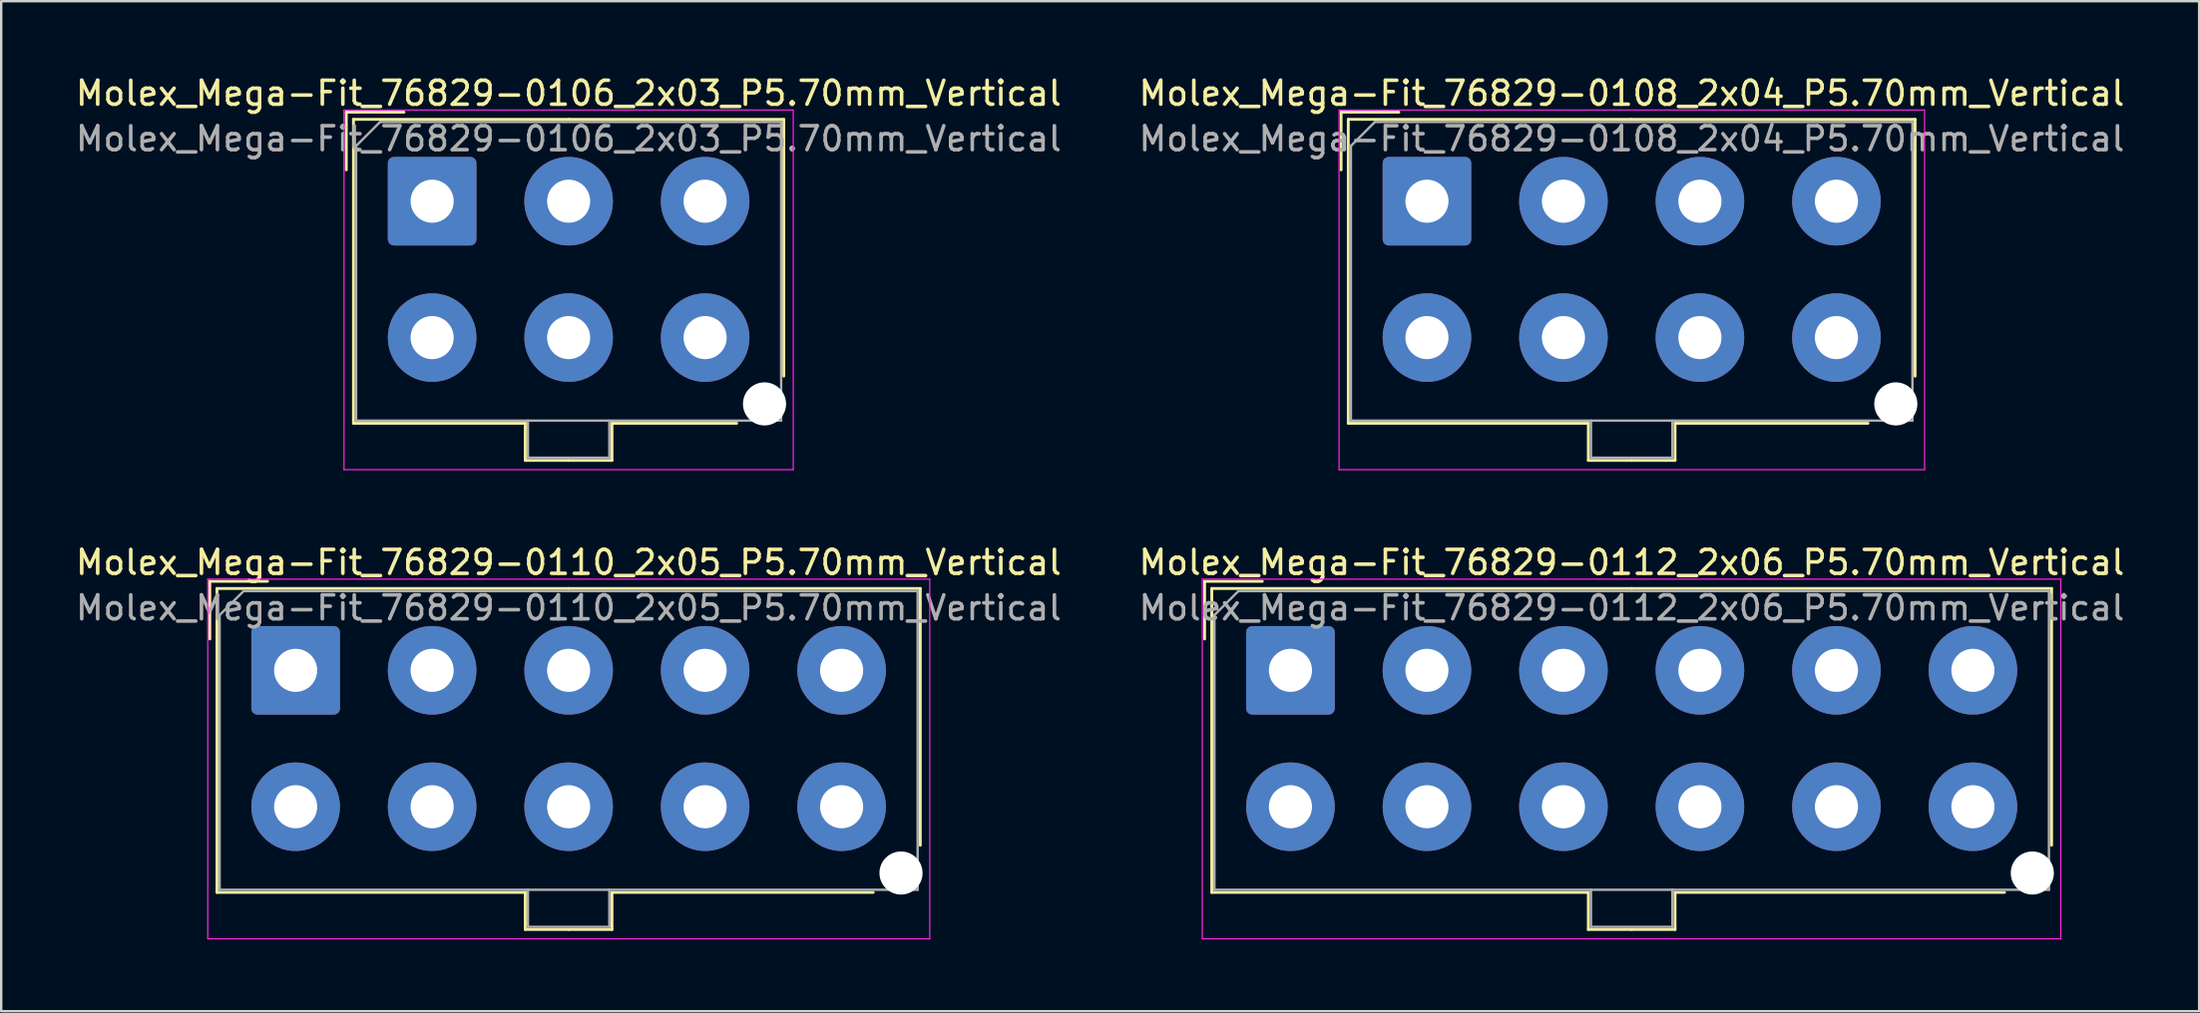
<source format=kicad_pcb>
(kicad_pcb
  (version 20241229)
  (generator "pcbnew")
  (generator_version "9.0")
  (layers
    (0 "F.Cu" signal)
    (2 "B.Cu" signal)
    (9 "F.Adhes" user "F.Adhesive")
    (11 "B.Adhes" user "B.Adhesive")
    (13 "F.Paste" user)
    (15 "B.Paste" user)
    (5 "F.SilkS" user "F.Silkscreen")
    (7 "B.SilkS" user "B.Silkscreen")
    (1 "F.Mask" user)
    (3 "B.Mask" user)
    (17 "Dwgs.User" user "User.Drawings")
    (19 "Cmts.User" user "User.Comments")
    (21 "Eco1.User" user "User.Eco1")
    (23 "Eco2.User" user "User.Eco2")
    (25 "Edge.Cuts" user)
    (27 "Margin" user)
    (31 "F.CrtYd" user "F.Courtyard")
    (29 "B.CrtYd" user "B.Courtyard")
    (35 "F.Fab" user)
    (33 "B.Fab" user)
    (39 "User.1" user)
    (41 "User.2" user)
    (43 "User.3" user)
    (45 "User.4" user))
  (footprint "Molex_Mega-Fit_76829-0106_2x03_P5.70mm_Vertical"
    (layer "F.Cu")
    (at 14.996 5.358)
    (property "Reference" "Molex_Mega-Fit_76829-0106_2x03_P5.70mm_Vertical" (at 5.7 -4.51 0) (layer "F.SilkS") (effects (font (size 1 1) (thickness 0.15))))
    (attr through_hole)
    (fp_line (start -3.585 -3.72) (end -1.175 -3.72) (stroke (width 0.12) (type solid)) (layer "F.SilkS"))
    (fp_line (start -3.585 -1.31) (end -3.585 -3.72) (stroke (width 0.12) (type solid)) (layer "F.SilkS"))
    (fp_line (start -3.285 -3.42) (end -3.285 9.28) (stroke (width 0.12) (type solid)) (layer "F.SilkS"))
    (fp_line (start -3.285 9.28) (end 3.89 9.28) (stroke (width 0.12) (type solid)) (layer "F.SilkS"))
    (fp_line (start 3.89 9.28) (end 3.89 10.83) (stroke (width 0.12) (type solid)) (layer "F.SilkS"))
    (fp_line (start 3.89 10.83) (end 5.7 10.83) (stroke (width 0.12) (type solid)) (layer "F.SilkS"))
    (fp_line (start 5.7 -3.42) (end -3.285 -3.42) (stroke (width 0.12) (type solid)) (layer "F.SilkS"))
    (fp_line (start 5.7 -3.42) (end 14.685 -3.42) (stroke (width 0.12) (type solid)) (layer "F.SilkS"))
    (fp_line (start 7.51 9.28) (end 7.51 10.83) (stroke (width 0.12) (type solid)) (layer "F.SilkS"))
    (fp_line (start 7.51 10.83) (end 5.7 10.83) (stroke (width 0.12) (type solid)) (layer "F.SilkS"))
    (fp_line (start 12.72 9.28) (end 7.51 9.28) (stroke (width 0.12) (type solid)) (layer "F.SilkS"))
    (fp_line (start 14.685 -3.42) (end 14.685 7.31) (stroke (width 0.12) (type solid)) (layer "F.SilkS"))
    (fp_line (start -3.68 -3.81) (end -3.68 11.22) (stroke (width 0.05) (type solid)) (layer "F.CrtYd"))
    (fp_line (start -3.68 11.22) (end 15.08 11.22) (stroke (width 0.05) (type solid)) (layer "F.CrtYd"))
    (fp_line (start 15.08 -3.81) (end -3.68 -3.81) (stroke (width 0.05) (type solid)) (layer "F.CrtYd"))
    (fp_line (start 15.08 11.22) (end 15.08 -3.81) (stroke (width 0.05) (type solid)) (layer "F.CrtYd"))
    (fp_line (start -3.175 -2.31) (end -3.175 9.17) (stroke (width 0.1) (type solid)) (layer "F.Fab"))
    (fp_line (start -3.175 9.17) (end 14.575 9.17) (stroke (width 0.1) (type solid)) (layer "F.Fab"))
    (fp_line (start -2.175 -3.31) (end -3.175 -2.31) (stroke (width 0.1) (type solid)) (layer "F.Fab"))
    (fp_line (start 4 9.17) (end 4 10.72) (stroke (width 0.1) (type solid)) (layer "F.Fab"))
    (fp_line (start 4 10.72) (end 7.4 10.72) (stroke (width 0.1) (type solid)) (layer "F.Fab"))
    (fp_line (start 7.4 10.72) (end 7.4 9.17) (stroke (width 0.1) (type solid)) (layer "F.Fab"))
    (fp_line (start 14.575 -3.31) (end -2.175 -3.31) (stroke (width 0.1) (type solid)) (layer "F.Fab"))
    (fp_line (start 14.575 9.17) (end 14.575 -3.31) (stroke (width 0.1) (type solid)) (layer "F.Fab"))
    (fp_text user "${REFERENCE}" (at 5.7 -2.61 0) (layer "F.Fab") (effects (font (size 1 1) (thickness 0.15))))
    (pad "" np_thru_hole circle (at 13.88 8.47) (size 1.8 1.8) (drill 1.8) (layers "*.Cu" "*.Mask"))
    (pad "1" thru_hole roundrect (at 0 0) (size 3.7 3.7) (drill 1.8) (layers "*.Cu" "*.Mask") (roundrect_rratio 0.068))
    (pad "2" thru_hole circle (at 5.7 0) (size 3.7 3.7) (drill 1.8) (layers "*.Cu" "*.Mask"))
    (pad "3" thru_hole circle (at 11.4 0) (size 3.7 3.7) (drill 1.8) (layers "*.Cu" "*.Mask"))
    (pad "4" thru_hole circle (at 0 5.7) (size 3.7 3.7) (drill 1.8) (layers "*.Cu" "*.Mask"))
    (pad "5" thru_hole circle (at 5.7 5.7) (size 3.7 3.7) (drill 1.8) (layers "*.Cu" "*.Mask"))
    (pad "6" thru_hole circle (at 11.4 5.7) (size 3.7 3.7) (drill 1.8) (layers "*.Cu" "*.Mask")))
  (footprint "Molex_Mega-Fit_76829-0108_2x04_P5.70mm_Vertical"
    (layer "F.Cu")
    (at 56.539 5.358)
    (property "Reference" "Molex_Mega-Fit_76829-0108_2x04_P5.70mm_Vertical" (at 8.55 -4.51 0) (layer "F.SilkS") (effects (font (size 1 1) (thickness 0.15))))
    (attr through_hole)
    (fp_line (start -3.585 -3.72) (end -1.175 -3.72) (stroke (width 0.12) (type solid)) (layer "F.SilkS"))
    (fp_line (start -3.585 -1.31) (end -3.585 -3.72) (stroke (width 0.12) (type solid)) (layer "F.SilkS"))
    (fp_line (start -3.285 -3.42) (end -3.285 9.28) (stroke (width 0.12) (type solid)) (layer "F.SilkS"))
    (fp_line (start -3.285 9.28) (end 6.74 9.28) (stroke (width 0.12) (type solid)) (layer "F.SilkS"))
    (fp_line (start 6.74 9.28) (end 6.74 10.83) (stroke (width 0.12) (type solid)) (layer "F.SilkS"))
    (fp_line (start 6.74 10.83) (end 8.55 10.83) (stroke (width 0.12) (type solid)) (layer "F.SilkS"))
    (fp_line (start 8.55 -3.42) (end -3.285 -3.42) (stroke (width 0.12) (type solid)) (layer "F.SilkS"))
    (fp_line (start 8.55 -3.42) (end 20.385 -3.42) (stroke (width 0.12) (type solid)) (layer "F.SilkS"))
    (fp_line (start 10.36 9.28) (end 10.36 10.83) (stroke (width 0.12) (type solid)) (layer "F.SilkS"))
    (fp_line (start 10.36 10.83) (end 8.55 10.83) (stroke (width 0.12) (type solid)) (layer "F.SilkS"))
    (fp_line (start 18.42 9.28) (end 10.36 9.28) (stroke (width 0.12) (type solid)) (layer "F.SilkS"))
    (fp_line (start 20.385 -3.42) (end 20.385 7.31) (stroke (width 0.12) (type solid)) (layer "F.SilkS"))
    (fp_line (start -3.67 -3.81) (end -3.67 11.22) (stroke (width 0.05) (type solid)) (layer "F.CrtYd"))
    (fp_line (start -3.67 11.22) (end 20.78 11.22) (stroke (width 0.05) (type solid)) (layer "F.CrtYd"))
    (fp_line (start 20.78 -3.81) (end -3.67 -3.81) (stroke (width 0.05) (type solid)) (layer "F.CrtYd"))
    (fp_line (start 20.78 11.22) (end 20.78 -3.81) (stroke (width 0.05) (type solid)) (layer "F.CrtYd"))
    (fp_line (start -3.175 -2.31) (end -3.175 9.17) (stroke (width 0.1) (type solid)) (layer "F.Fab"))
    (fp_line (start -3.175 9.17) (end 20.275 9.17) (stroke (width 0.1) (type solid)) (layer "F.Fab"))
    (fp_line (start -2.175 -3.31) (end -3.175 -2.31) (stroke (width 0.1) (type solid)) (layer "F.Fab"))
    (fp_line (start 6.85 9.17) (end 6.85 10.72) (stroke (width 0.1) (type solid)) (layer "F.Fab"))
    (fp_line (start 6.85 10.72) (end 10.25 10.72) (stroke (width 0.1) (type solid)) (layer "F.Fab"))
    (fp_line (start 10.25 10.72) (end 10.25 9.17) (stroke (width 0.1) (type solid)) (layer "F.Fab"))
    (fp_line (start 20.275 -3.31) (end -2.175 -3.31) (stroke (width 0.1) (type solid)) (layer "F.Fab"))
    (fp_line (start 20.275 9.17) (end 20.275 -3.31) (stroke (width 0.1) (type solid)) (layer "F.Fab"))
    (fp_text user "${REFERENCE}" (at 8.55 -2.61 0) (layer "F.Fab") (effects (font (size 1 1) (thickness 0.15))))
    (pad "" np_thru_hole circle (at 19.58 8.47) (size 1.8 1.8) (drill 1.8) (layers "*.Cu" "*.Mask"))
    (pad "1" thru_hole roundrect (at 0 0) (size 3.7 3.7) (drill 1.8) (layers "*.Cu" "*.Mask") (roundrect_rratio 0.068))
    (pad "2" thru_hole circle (at 5.7 0) (size 3.7 3.7) (drill 1.8) (layers "*.Cu" "*.Mask"))
    (pad "3" thru_hole circle (at 11.4 0) (size 3.7 3.7) (drill 1.8) (layers "*.Cu" "*.Mask"))
    (pad "4" thru_hole circle (at 17.1 0) (size 3.7 3.7) (drill 1.8) (layers "*.Cu" "*.Mask"))
    (pad "5" thru_hole circle (at 0 5.7) (size 3.7 3.7) (drill 1.8) (layers "*.Cu" "*.Mask"))
    (pad "6" thru_hole circle (at 5.7 5.7) (size 3.7 3.7) (drill 1.8) (layers "*.Cu" "*.Mask"))
    (pad "7" thru_hole circle (at 11.4 5.7) (size 3.7 3.7) (drill 1.8) (layers "*.Cu" "*.Mask"))
    (pad "8" thru_hole circle (at 17.1 5.7) (size 3.7 3.7) (drill 1.8) (layers "*.Cu" "*.Mask")))
  (footprint "Molex_Mega-Fit_76829-0110_2x05_P5.70mm_Vertical"
    (layer "F.Cu")
    (at 9.296 24.962)
    (property "Reference" "Molex_Mega-Fit_76829-0110_2x05_P5.70mm_Vertical" (at 11.4 -4.51 0) (layer "F.SilkS") (effects (font (size 1 1) (thickness 0.15))))
    (attr through_hole)
    (fp_line (start -3.585 -3.72) (end -1.175 -3.72) (stroke (width 0.12) (type solid)) (layer "F.SilkS"))
    (fp_line (start -3.585 -1.31) (end -3.585 -3.72) (stroke (width 0.12) (type solid)) (layer "F.SilkS"))
    (fp_line (start -3.285 -3.42) (end -3.285 9.28) (stroke (width 0.12) (type solid)) (layer "F.SilkS"))
    (fp_line (start -3.285 9.28) (end 9.59 9.28) (stroke (width 0.12) (type solid)) (layer "F.SilkS"))
    (fp_line (start 9.59 9.28) (end 9.59 10.83) (stroke (width 0.12) (type solid)) (layer "F.SilkS"))
    (fp_line (start 9.59 10.83) (end 11.4 10.83) (stroke (width 0.12) (type solid)) (layer "F.SilkS"))
    (fp_line (start 11.4 -3.42) (end -3.285 -3.42) (stroke (width 0.12) (type solid)) (layer "F.SilkS"))
    (fp_line (start 11.4 -3.42) (end 26.085 -3.42) (stroke (width 0.12) (type solid)) (layer "F.SilkS"))
    (fp_line (start 13.21 9.28) (end 13.21 10.83) (stroke (width 0.12) (type solid)) (layer "F.SilkS"))
    (fp_line (start 13.21 10.83) (end 11.4 10.83) (stroke (width 0.12) (type solid)) (layer "F.SilkS"))
    (fp_line (start 24.12 9.28) (end 13.21 9.28) (stroke (width 0.12) (type solid)) (layer "F.SilkS"))
    (fp_line (start 26.085 -3.42) (end 26.085 7.31) (stroke (width 0.12) (type solid)) (layer "F.SilkS"))
    (fp_line (start -3.67 -3.81) (end -3.67 11.22) (stroke (width 0.05) (type solid)) (layer "F.CrtYd"))
    (fp_line (start -3.67 11.22) (end 26.48 11.22) (stroke (width 0.05) (type solid)) (layer "F.CrtYd"))
    (fp_line (start 26.48 -3.81) (end -3.67 -3.81) (stroke (width 0.05) (type solid)) (layer "F.CrtYd"))
    (fp_line (start 26.48 11.22) (end 26.48 -3.81) (stroke (width 0.05) (type solid)) (layer "F.CrtYd"))
    (fp_line (start -3.175 -2.31) (end -3.175 9.17) (stroke (width 0.1) (type solid)) (layer "F.Fab"))
    (fp_line (start -3.175 9.17) (end 25.975 9.17) (stroke (width 0.1) (type solid)) (layer "F.Fab"))
    (fp_line (start -2.175 -3.31) (end -3.175 -2.31) (stroke (width 0.1) (type solid)) (layer "F.Fab"))
    (fp_line (start 9.7 9.17) (end 9.7 10.72) (stroke (width 0.1) (type solid)) (layer "F.Fab"))
    (fp_line (start 9.7 10.72) (end 13.1 10.72) (stroke (width 0.1) (type solid)) (layer "F.Fab"))
    (fp_line (start 13.1 10.72) (end 13.1 9.17) (stroke (width 0.1) (type solid)) (layer "F.Fab"))
    (fp_line (start 25.975 -3.31) (end -2.175 -3.31) (stroke (width 0.1) (type solid)) (layer "F.Fab"))
    (fp_line (start 25.975 9.17) (end 25.975 -3.31) (stroke (width 0.1) (type solid)) (layer "F.Fab"))
    (fp_text user "${REFERENCE}" (at 11.4 -2.61 0) (layer "F.Fab") (effects (font (size 1 1) (thickness 0.15))))
    (pad "" np_thru_hole circle (at 25.28 8.47) (size 1.8 1.8) (drill 1.8) (layers "*.Cu" "*.Mask"))
    (pad "1" thru_hole roundrect (at 0 0) (size 3.7 3.7) (drill 1.8) (layers "*.Cu" "*.Mask") (roundrect_rratio 0.068))
    (pad "2" thru_hole circle (at 5.7 0) (size 3.7 3.7) (drill 1.8) (layers "*.Cu" "*.Mask"))
    (pad "3" thru_hole circle (at 11.4 0) (size 3.7 3.7) (drill 1.8) (layers "*.Cu" "*.Mask"))
    (pad "4" thru_hole circle (at 17.1 0) (size 3.7 3.7) (drill 1.8) (layers "*.Cu" "*.Mask"))
    (pad "5" thru_hole circle (at 22.8 0) (size 3.7 3.7) (drill 1.8) (layers "*.Cu" "*.Mask"))
    (pad "6" thru_hole circle (at 0 5.7) (size 3.7 3.7) (drill 1.8) (layers "*.Cu" "*.Mask"))
    (pad "7" thru_hole circle (at 5.7 5.7) (size 3.7 3.7) (drill 1.8) (layers "*.Cu" "*.Mask"))
    (pad "8" thru_hole circle (at 11.4 5.7) (size 3.7 3.7) (drill 1.8) (layers "*.Cu" "*.Mask"))
    (pad "9" thru_hole circle (at 17.1 5.7) (size 3.7 3.7) (drill 1.8) (layers "*.Cu" "*.Mask"))
    (pad "10" thru_hole circle (at 22.8 5.7) (size 3.7 3.7) (drill 1.8) (layers "*.Cu" "*.Mask")))
  (footprint "Molex_Mega-Fit_76829-0112_2x06_P5.70mm_Vertical"
    (layer "F.Cu")
    (at 50.839 24.962)
    (property "Reference" "Molex_Mega-Fit_76829-0112_2x06_P5.70mm_Vertical" (at 14.25 -4.51 0) (layer "F.SilkS") (effects (font (size 1 1) (thickness 0.15))))
    (attr through_hole)
    (fp_line (start -3.585 -3.72) (end -1.175 -3.72) (stroke (width 0.12) (type solid)) (layer "F.SilkS"))
    (fp_line (start -3.585 -1.31) (end -3.585 -3.72) (stroke (width 0.12) (type solid)) (layer "F.SilkS"))
    (fp_line (start -3.285 -3.42) (end -3.285 9.28) (stroke (width 0.12) (type solid)) (layer "F.SilkS"))
    (fp_line (start -3.285 9.28) (end 12.44 9.28) (stroke (width 0.12) (type solid)) (layer "F.SilkS"))
    (fp_line (start 12.44 9.28) (end 12.44 10.83) (stroke (width 0.12) (type solid)) (layer "F.SilkS"))
    (fp_line (start 12.44 10.83) (end 14.25 10.83) (stroke (width 0.12) (type solid)) (layer "F.SilkS"))
    (fp_line (start 14.25 -3.42) (end -3.285 -3.42) (stroke (width 0.12) (type solid)) (layer "F.SilkS"))
    (fp_line (start 14.25 -3.42) (end 31.785 -3.42) (stroke (width 0.12) (type solid)) (layer "F.SilkS"))
    (fp_line (start 16.06 9.28) (end 16.06 10.83) (stroke (width 0.12) (type solid)) (layer "F.SilkS"))
    (fp_line (start 16.06 10.83) (end 14.25 10.83) (stroke (width 0.12) (type solid)) (layer "F.SilkS"))
    (fp_line (start 29.82 9.28) (end 16.06 9.28) (stroke (width 0.12) (type solid)) (layer "F.SilkS"))
    (fp_line (start 31.785 -3.42) (end 31.785 7.31) (stroke (width 0.12) (type solid)) (layer "F.SilkS"))
    (fp_line (start -3.68 -3.81) (end -3.68 11.22) (stroke (width 0.05) (type solid)) (layer "F.CrtYd"))
    (fp_line (start -3.68 11.22) (end 32.17 11.22) (stroke (width 0.05) (type solid)) (layer "F.CrtYd"))
    (fp_line (start 32.17 -3.81) (end -3.68 -3.81) (stroke (width 0.05) (type solid)) (layer "F.CrtYd"))
    (fp_line (start 32.17 11.22) (end 32.17 -3.81) (stroke (width 0.05) (type solid)) (layer "F.CrtYd"))
    (fp_line (start -3.175 -2.31) (end -3.175 9.17) (stroke (width 0.1) (type solid)) (layer "F.Fab"))
    (fp_line (start -3.175 9.17) (end 31.675 9.17) (stroke (width 0.1) (type solid)) (layer "F.Fab"))
    (fp_line (start -2.175 -3.31) (end -3.175 -2.31) (stroke (width 0.1) (type solid)) (layer "F.Fab"))
    (fp_line (start 12.55 9.17) (end 12.55 10.72) (stroke (width 0.1) (type solid)) (layer "F.Fab"))
    (fp_line (start 12.55 10.72) (end 15.95 10.72) (stroke (width 0.1) (type solid)) (layer "F.Fab"))
    (fp_line (start 15.95 10.72) (end 15.95 9.17) (stroke (width 0.1) (type solid)) (layer "F.Fab"))
    (fp_line (start 31.675 -3.31) (end -2.175 -3.31) (stroke (width 0.1) (type solid)) (layer "F.Fab"))
    (fp_line (start 31.675 9.17) (end 31.675 -3.31) (stroke (width 0.1) (type solid)) (layer "F.Fab"))
    (fp_text user "${REFERENCE}" (at 14.25 -2.61 0) (layer "F.Fab") (effects (font (size 1 1) (thickness 0.15))))
    (pad "" np_thru_hole circle (at 30.98 8.47) (size 1.8 1.8) (drill 1.8) (layers "*.Cu" "*.Mask"))
    (pad "1" thru_hole roundrect (at 0 0) (size 3.7 3.7) (drill 1.8) (layers "*.Cu" "*.Mask") (roundrect_rratio 0.068))
    (pad "2" thru_hole circle (at 5.7 0) (size 3.7 3.7) (drill 1.8) (layers "*.Cu" "*.Mask"))
    (pad "3" thru_hole circle (at 11.4 0) (size 3.7 3.7) (drill 1.8) (layers "*.Cu" "*.Mask"))
    (pad "4" thru_hole circle (at 17.1 0) (size 3.7 3.7) (drill 1.8) (layers "*.Cu" "*.Mask"))
    (pad "5" thru_hole circle (at 22.8 0) (size 3.7 3.7) (drill 1.8) (layers "*.Cu" "*.Mask"))
    (pad "6" thru_hole circle (at 28.5 0) (size 3.7 3.7) (drill 1.8) (layers "*.Cu" "*.Mask"))
    (pad "7" thru_hole circle (at 0 5.7) (size 3.7 3.7) (drill 1.8) (layers "*.Cu" "*.Mask"))
    (pad "8" thru_hole circle (at 5.7 5.7) (size 3.7 3.7) (drill 1.8) (layers "*.Cu" "*.Mask"))
    (pad "9" thru_hole circle (at 11.4 5.7) (size 3.7 3.7) (drill 1.8) (layers "*.Cu" "*.Mask"))
    (pad "10" thru_hole circle (at 17.1 5.7) (size 3.7 3.7) (drill 1.8) (layers "*.Cu" "*.Mask"))
    (pad "11" thru_hole circle (at 22.8 5.7) (size 3.7 3.7) (drill 1.8) (layers "*.Cu" "*.Mask"))
    (pad "12" thru_hole circle (at 28.5 5.7) (size 3.7 3.7) (drill 1.8) (layers "*.Cu" "*.Mask")))
  (gr_rect
    (start -3 -3)
    (end 88.786 39.206)
    (stroke (width 0.1) (type default))
    (fill no)
    (layer "Edge.Cuts")))
</source>
